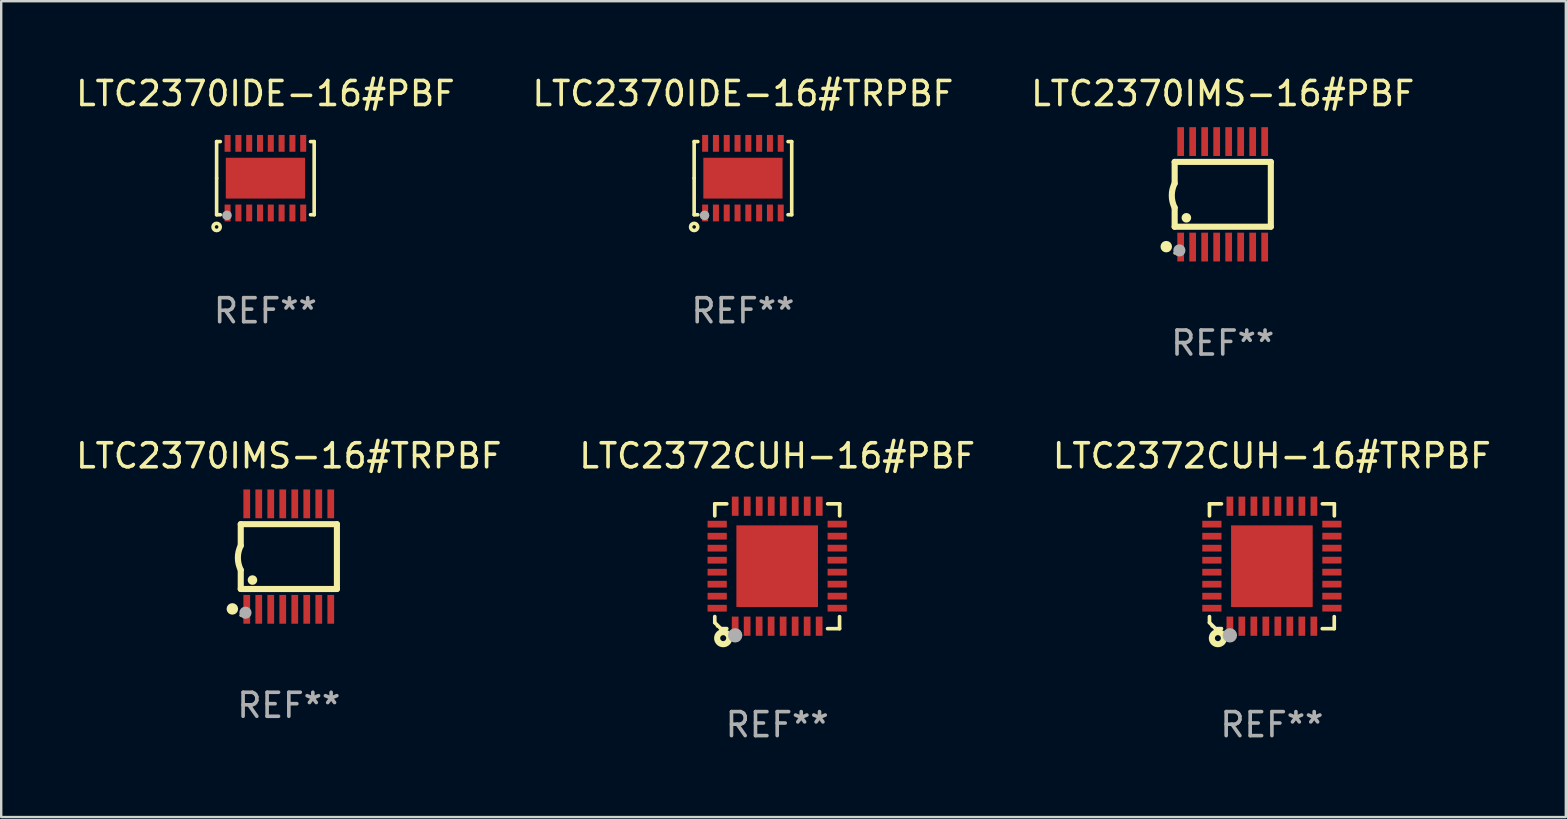
<source format=kicad_pcb>
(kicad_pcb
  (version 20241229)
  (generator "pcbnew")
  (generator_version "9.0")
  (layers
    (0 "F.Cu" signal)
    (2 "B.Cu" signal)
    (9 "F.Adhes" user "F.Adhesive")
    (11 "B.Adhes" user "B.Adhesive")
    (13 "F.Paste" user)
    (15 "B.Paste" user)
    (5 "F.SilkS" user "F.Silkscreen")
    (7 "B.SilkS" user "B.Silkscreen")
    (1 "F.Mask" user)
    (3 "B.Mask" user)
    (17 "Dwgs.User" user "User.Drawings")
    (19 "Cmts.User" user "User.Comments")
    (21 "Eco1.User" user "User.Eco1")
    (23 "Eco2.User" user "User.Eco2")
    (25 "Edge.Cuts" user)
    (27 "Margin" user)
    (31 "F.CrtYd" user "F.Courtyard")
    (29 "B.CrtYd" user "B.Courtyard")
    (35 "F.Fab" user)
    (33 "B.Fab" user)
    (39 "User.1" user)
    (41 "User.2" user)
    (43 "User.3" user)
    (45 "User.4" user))
  (footprint "LTC2370IDE-16#PBF"
    (layer "F.Cu")
    (at 8.006 4.372)
    (property "Reference" "LTC2370IDE-16#PBF" (at 0 -3.524 0) (layer "F.SilkS") (effects (font (size 1 1) (thickness 0.15))))
    (attr through_hole)
    (fp_line (start -2.032 -1.524) (end -1.879 -1.524) (stroke (width 0.15) (type solid)) (layer "F.SilkS"))
    (fp_line (start -2.032 0) (end -2.032 -1.524) (stroke (width 0.15) (type solid)) (layer "F.SilkS"))
    (fp_line (start -2.032 1.524) (end -2.032 0) (stroke (width 0.15) (type solid)) (layer "F.SilkS"))
    (fp_line (start -1.879 1.524) (end -2.032 1.524) (stroke (width 0.15) (type solid)) (layer "F.SilkS"))
    (fp_line (start 1.879 -1.524) (end 2.032 -1.524) (stroke (width 0.15) (type solid)) (layer "F.SilkS"))
    (fp_line (start 2.032 -1.524) (end 2.032 1.524) (stroke (width 0.15) (type solid)) (layer "F.SilkS"))
    (fp_line (start 2.032 1.524) (end 1.879 1.524) (stroke (width 0.15) (type solid)) (layer "F.SilkS"))
    (fp_circle (center -2.032 2.032) (end -1.882 2.032) (stroke (width 0.15) (type solid)) (fill no) (layer "F.SilkS"))
    (fp_circle (center -2 1.5) (end -1.97 1.5) (stroke (width 0.06) (type solid)) (fill no) (layer "F.SilkS"))
    (fp_circle (center -1.6 1.55) (end -1.5 1.55) (stroke (width 0.2) (type solid)) (fill no) (layer "F.Fab"))
    (fp_text user "REF**" (at 0 5.524 0) (layer "F.Fab") (effects (font (size 1 1) (thickness 0.15))))
    (pad "1" smd rect (at -1.575 1.45 90) (size 0.7 0.25) (layers "F.Cu" "F.Mask" "F.Paste"))
    (pad "2" smd rect (at -1.125 1.45 90) (size 0.7 0.25) (layers "F.Cu" "F.Mask" "F.Paste"))
    (pad "3" smd rect (at -0.675 1.45 90) (size 0.7 0.25) (layers "F.Cu" "F.Mask" "F.Paste"))
    (pad "4" smd rect (at -0.225 1.45 90) (size 0.7 0.25) (layers "F.Cu" "F.Mask" "F.Paste"))
    (pad "5" smd rect (at 0.225 1.45 90) (size 0.7 0.25) (layers "F.Cu" "F.Mask" "F.Paste"))
    (pad "6" smd rect (at 0.675 1.45 90) (size 0.7 0.25) (layers "F.Cu" "F.Mask" "F.Paste"))
    (pad "7" smd rect (at 1.125 1.45 90) (size 0.7 0.25) (layers "F.Cu" "F.Mask" "F.Paste"))
    (pad "8" smd rect (at 1.575 1.45 90) (size 0.7 0.25) (layers "F.Cu" "F.Mask" "F.Paste"))
    (pad "9" smd rect (at 1.575 -1.45 90) (size 0.7 0.25) (layers "F.Cu" "F.Mask" "F.Paste"))
    (pad "10" smd rect (at 1.125 -1.45 90) (size 0.7 0.25) (layers "F.Cu" "F.Mask" "F.Paste"))
    (pad "11" smd rect (at 0.675 -1.45 90) (size 0.7 0.25) (layers "F.Cu" "F.Mask" "F.Paste"))
    (pad "12" smd rect (at 0.225 -1.45 90) (size 0.7 0.25) (layers "F.Cu" "F.Mask" "F.Paste"))
    (pad "13" smd rect (at -0.225 -1.45 90) (size 0.7 0.25) (layers "F.Cu" "F.Mask" "F.Paste"))
    (pad "14" smd rect (at -0.675 -1.45 90) (size 0.7 0.25) (layers "F.Cu" "F.Mask" "F.Paste"))
    (pad "15" smd rect (at -1.125 -1.45 90) (size 0.7 0.25) (layers "F.Cu" "F.Mask" "F.Paste"))
    (pad "16" smd rect (at -1.575 -1.45 90) (size 0.7 0.25) (layers "F.Cu" "F.Mask" "F.Paste"))
    (pad "17" smd rect (at 0.000127 0 90) (size 1.7 3.3) (layers "F.Cu" "F.Mask" "F.Paste")))
  (footprint "LTC2370IDE-16#TRPBF"
    (layer "F.Cu")
    (at 27.899 4.372)
    (property "Reference" "LTC2370IDE-16#TRPBF" (at 0 -3.524 0) (layer "F.SilkS") (effects (font (size 1 1) (thickness 0.15))))
    (attr through_hole)
    (fp_line (start -2.032 -1.524) (end -1.879 -1.524) (stroke (width 0.15) (type solid)) (layer "F.SilkS"))
    (fp_line (start -2.032 0) (end -2.032 -1.524) (stroke (width 0.15) (type solid)) (layer "F.SilkS"))
    (fp_line (start -2.032 1.524) (end -2.032 0) (stroke (width 0.15) (type solid)) (layer "F.SilkS"))
    (fp_line (start -1.879 1.524) (end -2.032 1.524) (stroke (width 0.15) (type solid)) (layer "F.SilkS"))
    (fp_line (start 1.879 -1.524) (end 2.032 -1.524) (stroke (width 0.15) (type solid)) (layer "F.SilkS"))
    (fp_line (start 2.032 -1.524) (end 2.032 1.524) (stroke (width 0.15) (type solid)) (layer "F.SilkS"))
    (fp_line (start 2.032 1.524) (end 1.879 1.524) (stroke (width 0.15) (type solid)) (layer "F.SilkS"))
    (fp_circle (center -2.032 2.032) (end -1.882 2.032) (stroke (width 0.15) (type solid)) (fill no) (layer "F.SilkS"))
    (fp_circle (center -2 1.5) (end -1.97 1.5) (stroke (width 0.06) (type solid)) (fill no) (layer "F.SilkS"))
    (fp_circle (center -1.6 1.55) (end -1.5 1.55) (stroke (width 0.2) (type solid)) (fill no) (layer "F.Fab"))
    (fp_text user "REF**" (at 0 5.524 0) (layer "F.Fab") (effects (font (size 1 1) (thickness 0.15))))
    (pad "1" smd rect (at -1.575 1.45 90) (size 0.7 0.25) (layers "F.Cu" "F.Mask" "F.Paste"))
    (pad "2" smd rect (at -1.125 1.45 90) (size 0.7 0.25) (layers "F.Cu" "F.Mask" "F.Paste"))
    (pad "3" smd rect (at -0.675 1.45 90) (size 0.7 0.25) (layers "F.Cu" "F.Mask" "F.Paste"))
    (pad "4" smd rect (at -0.225 1.45 90) (size 0.7 0.25) (layers "F.Cu" "F.Mask" "F.Paste"))
    (pad "5" smd rect (at 0.225 1.45 90) (size 0.7 0.25) (layers "F.Cu" "F.Mask" "F.Paste"))
    (pad "6" smd rect (at 0.675 1.45 90) (size 0.7 0.25) (layers "F.Cu" "F.Mask" "F.Paste"))
    (pad "7" smd rect (at 1.125 1.45 90) (size 0.7 0.25) (layers "F.Cu" "F.Mask" "F.Paste"))
    (pad "8" smd rect (at 1.575 1.45 90) (size 0.7 0.25) (layers "F.Cu" "F.Mask" "F.Paste"))
    (pad "9" smd rect (at 1.575 -1.45 90) (size 0.7 0.25) (layers "F.Cu" "F.Mask" "F.Paste"))
    (pad "10" smd rect (at 1.125 -1.45 90) (size 0.7 0.25) (layers "F.Cu" "F.Mask" "F.Paste"))
    (pad "11" smd rect (at 0.675 -1.45 90) (size 0.7 0.25) (layers "F.Cu" "F.Mask" "F.Paste"))
    (pad "12" smd rect (at 0.225 -1.45 90) (size 0.7 0.25) (layers "F.Cu" "F.Mask" "F.Paste"))
    (pad "13" smd rect (at -0.225 -1.45 90) (size 0.7 0.25) (layers "F.Cu" "F.Mask" "F.Paste"))
    (pad "14" smd rect (at -0.675 -1.45 90) (size 0.7 0.25) (layers "F.Cu" "F.Mask" "F.Paste"))
    (pad "15" smd rect (at -1.125 -1.45 90) (size 0.7 0.25) (layers "F.Cu" "F.Mask" "F.Paste"))
    (pad "16" smd rect (at -1.575 -1.45 90) (size 0.7 0.25) (layers "F.Cu" "F.Mask" "F.Paste"))
    (pad "17" smd rect (at 0.000127 0 90) (size 1.7 3.3) (layers "F.Cu" "F.Mask" "F.Paste")))
  (footprint "LTC2372CUH-16#PBF"
    (layer "F.Cu")
    (at 29.327 20.539)
    (property "Reference" "LTC2372CUH-16#PBF" (at 0 -4.6 0) (layer "F.SilkS") (effects (font (size 1 1) (thickness 0.15))))
    (attr through_hole)
    (fp_line (start -2.601 2.097) (end -2.601 2.347) (stroke (width 0.152) (type solid)) (layer "F.SilkS"))
    (fp_line (start -2.601 2.347) (end -2.351 2.597) (stroke (width 0.152) (type solid)) (layer "F.SilkS"))
    (fp_line (start -2.601 -2.6) (end -2.601 -2.1) (stroke (width 0.152) (type solid)) (layer "F.SilkS"))
    (fp_line (start -2.601 -2.6) (end -2.101 -2.6) (stroke (width 0.152) (type solid)) (layer "F.SilkS"))
    (fp_line (start -2.351 2.597) (end -2.101 2.597) (stroke (width 0.152) (type solid)) (layer "F.SilkS"))
    (fp_line (start 2.597 2.6) (end 2.097 2.6) (stroke (width 0.152) (type solid)) (layer "F.SilkS"))
    (fp_line (start 2.597 2.6) (end 2.597 2.1) (stroke (width 0.152) (type solid)) (layer "F.SilkS"))
    (fp_line (start 2.601 -2.6) (end 2.101 -2.6) (stroke (width 0.152) (type solid)) (layer "F.SilkS"))
    (fp_line (start 2.601 -2.6) (end 2.601 -2.1) (stroke (width 0.152) (type solid)) (layer "F.SilkS"))
    (fp_circle (center -2.501 2.497) (end -2.471 2.497) (stroke (width 0.06) (type solid)) (fill no) (layer "F.SilkS"))
    (fp_circle (center -2.25 2.995) (end -2.125 2.995) (stroke (width 0.254) (type solid)) (fill no) (layer "F.SilkS"))
    (fp_circle (center -1.751 2.878) (end -1.601 2.878) (stroke (width 0.3) (type solid)) (fill no) (layer "F.Fab"))
    (fp_text user "REF**" (at 0 6.6 0) (layer "F.Fab") (effects (font (size 1 1) (thickness 0.15))))
    (pad "1" smd rect (at -1.751 2.497) (size 0.28 0.8) (layers "F.Cu" "F.Mask" "F.Paste"))
    (pad "2" smd rect (at -1.253 2.497) (size 0.28 0.8) (layers "F.Cu" "F.Mask" "F.Paste"))
    (pad "3" smd rect (at -0.753 2.497) (size 0.28 0.8) (layers "F.Cu" "F.Mask" "F.Paste"))
    (pad "4" smd rect (at -0.253 2.497) (size 0.28 0.8) (layers "F.Cu" "F.Mask" "F.Paste"))
    (pad "5" smd rect (at 0.247 2.497) (size 0.28 0.8) (layers "F.Cu" "F.Mask" "F.Paste"))
    (pad "6" smd rect (at 0.747 2.497) (size 0.28 0.8) (layers "F.Cu" "F.Mask" "F.Paste"))
    (pad "7" smd rect (at 1.247 2.497) (size 0.28 0.8) (layers "F.Cu" "F.Mask" "F.Paste"))
    (pad "8" smd rect (at 1.747 2.497) (size 0.28 0.8) (layers "F.Cu" "F.Mask" "F.Paste"))
    (pad "9" smd rect (at 2.499 1.746) (size 0.8 0.28) (layers "F.Cu" "F.Mask" "F.Paste"))
    (pad "10" smd rect (at 2.499 1.245) (size 0.8 0.28) (layers "F.Cu" "F.Mask" "F.Paste"))
    (pad "11" smd rect (at 2.499 0.746) (size 0.8 0.28) (layers "F.Cu" "F.Mask" "F.Paste"))
    (pad "12" smd rect (at 2.499 0.245) (size 0.8 0.28) (layers "F.Cu" "F.Mask" "F.Paste"))
    (pad "13" smd rect (at 2.499 -0.254) (size 0.8 0.28) (layers "F.Cu" "F.Mask" "F.Paste"))
    (pad "14" smd rect (at 2.499 -0.755) (size 0.8 0.28) (layers "F.Cu" "F.Mask" "F.Paste"))
    (pad "15" smd rect (at 2.499 -1.254) (size 0.8 0.28) (layers "F.Cu" "F.Mask" "F.Paste"))
    (pad "16" smd rect (at 2.499 -1.755) (size 0.8 0.28) (layers "F.Cu" "F.Mask" "F.Paste"))
    (pad "17" smd rect (at 1.75 -2.502) (size 0.28 0.8) (layers "F.Cu" "F.Mask" "F.Paste"))
    (pad "18" smd rect (at 1.25 -2.502) (size 0.28 0.8) (layers "F.Cu" "F.Mask" "F.Paste"))
    (pad "19" smd rect (at 0.75 -2.502) (size 0.28 0.8) (layers "F.Cu" "F.Mask" "F.Paste"))
    (pad "20" smd rect (at 0.25 -2.502) (size 0.28 0.8) (layers "F.Cu" "F.Mask" "F.Paste"))
    (pad "21" smd rect (at -0.25 -2.502) (size 0.28 0.8) (layers "F.Cu" "F.Mask" "F.Paste"))
    (pad "22" smd rect (at -0.75 -2.502) (size 0.28 0.8) (layers "F.Cu" "F.Mask" "F.Paste"))
    (pad "23" smd rect (at -1.25 -2.502) (size 0.28 0.8) (layers "F.Cu" "F.Mask" "F.Paste"))
    (pad "24" smd rect (at -1.75 -2.502) (size 0.28 0.8) (layers "F.Cu" "F.Mask" "F.Paste"))
    (pad "25" smd rect (at -2.501 -1.753) (size 0.8 0.28) (layers "F.Cu" "F.Mask" "F.Paste"))
    (pad "26" smd rect (at -2.501 -1.252) (size 0.8 0.28) (layers "F.Cu" "F.Mask" "F.Paste"))
    (pad "27" smd rect (at -2.501 -0.753) (size 0.8 0.28) (layers "F.Cu" "F.Mask" "F.Paste"))
    (pad "28" smd rect (at -2.501 -0.252) (size 0.8 0.28) (layers "F.Cu" "F.Mask" "F.Paste"))
    (pad "29" smd rect (at -2.501 0.247) (size 0.8 0.28) (layers "F.Cu" "F.Mask" "F.Paste"))
    (pad "30" smd rect (at -2.501 0.748) (size 0.8 0.28) (layers "F.Cu" "F.Mask" "F.Paste"))
    (pad "31" smd rect (at -2.501 1.247) (size 0.8 0.28) (layers "F.Cu" "F.Mask" "F.Paste"))
    (pad "32" smd rect (at -2.501 1.748) (size 0.8 0.28) (layers "F.Cu" "F.Mask" "F.Paste"))
    (pad "33" smd rect (at -0.001 -0.003 180) (size 3.4 3.4) (layers "F.Cu" "F.Mask" "F.Paste")))
  (footprint "LTC2372CUH-16#TRPBF"
    (layer "F.Cu")
    (at 49.935 20.539)
    (property "Reference" "LTC2372CUH-16#TRPBF" (at 0 -4.6 0) (layer "F.SilkS") (effects (font (size 1 1) (thickness 0.15))))
    (attr through_hole)
    (fp_line (start -2.601 2.097) (end -2.601 2.347) (stroke (width 0.152) (type solid)) (layer "F.SilkS"))
    (fp_line (start -2.601 2.347) (end -2.351 2.597) (stroke (width 0.152) (type solid)) (layer "F.SilkS"))
    (fp_line (start -2.601 -2.6) (end -2.601 -2.1) (stroke (width 0.152) (type solid)) (layer "F.SilkS"))
    (fp_line (start -2.601 -2.6) (end -2.101 -2.6) (stroke (width 0.152) (type solid)) (layer "F.SilkS"))
    (fp_line (start -2.351 2.597) (end -2.101 2.597) (stroke (width 0.152) (type solid)) (layer "F.SilkS"))
    (fp_line (start 2.597 2.6) (end 2.097 2.6) (stroke (width 0.152) (type solid)) (layer "F.SilkS"))
    (fp_line (start 2.597 2.6) (end 2.597 2.1) (stroke (width 0.152) (type solid)) (layer "F.SilkS"))
    (fp_line (start 2.601 -2.6) (end 2.101 -2.6) (stroke (width 0.152) (type solid)) (layer "F.SilkS"))
    (fp_line (start 2.601 -2.6) (end 2.601 -2.1) (stroke (width 0.152) (type solid)) (layer "F.SilkS"))
    (fp_circle (center -2.501 2.497) (end -2.471 2.497) (stroke (width 0.06) (type solid)) (fill no) (layer "F.SilkS"))
    (fp_circle (center -2.25 2.995) (end -2.125 2.995) (stroke (width 0.254) (type solid)) (fill no) (layer "F.SilkS"))
    (fp_circle (center -1.751 2.878) (end -1.601 2.878) (stroke (width 0.3) (type solid)) (fill no) (layer "F.Fab"))
    (fp_text user "REF**" (at 0 6.6 0) (layer "F.Fab") (effects (font (size 1 1) (thickness 0.15))))
    (pad "1" smd rect (at -1.751 2.497) (size 0.28 0.8) (layers "F.Cu" "F.Mask" "F.Paste"))
    (pad "2" smd rect (at -1.253 2.497) (size 0.28 0.8) (layers "F.Cu" "F.Mask" "F.Paste"))
    (pad "3" smd rect (at -0.753 2.497) (size 0.28 0.8) (layers "F.Cu" "F.Mask" "F.Paste"))
    (pad "4" smd rect (at -0.253 2.497) (size 0.28 0.8) (layers "F.Cu" "F.Mask" "F.Paste"))
    (pad "5" smd rect (at 0.247 2.497) (size 0.28 0.8) (layers "F.Cu" "F.Mask" "F.Paste"))
    (pad "6" smd rect (at 0.747 2.497) (size 0.28 0.8) (layers "F.Cu" "F.Mask" "F.Paste"))
    (pad "7" smd rect (at 1.247 2.497) (size 0.28 0.8) (layers "F.Cu" "F.Mask" "F.Paste"))
    (pad "8" smd rect (at 1.747 2.497) (size 0.28 0.8) (layers "F.Cu" "F.Mask" "F.Paste"))
    (pad "9" smd rect (at 2.499 1.746) (size 0.8 0.28) (layers "F.Cu" "F.Mask" "F.Paste"))
    (pad "10" smd rect (at 2.499 1.245) (size 0.8 0.28) (layers "F.Cu" "F.Mask" "F.Paste"))
    (pad "11" smd rect (at 2.499 0.746) (size 0.8 0.28) (layers "F.Cu" "F.Mask" "F.Paste"))
    (pad "12" smd rect (at 2.499 0.245) (size 0.8 0.28) (layers "F.Cu" "F.Mask" "F.Paste"))
    (pad "13" smd rect (at 2.499 -0.254) (size 0.8 0.28) (layers "F.Cu" "F.Mask" "F.Paste"))
    (pad "14" smd rect (at 2.499 -0.755) (size 0.8 0.28) (layers "F.Cu" "F.Mask" "F.Paste"))
    (pad "15" smd rect (at 2.499 -1.254) (size 0.8 0.28) (layers "F.Cu" "F.Mask" "F.Paste"))
    (pad "16" smd rect (at 2.499 -1.755) (size 0.8 0.28) (layers "F.Cu" "F.Mask" "F.Paste"))
    (pad "17" smd rect (at 1.75 -2.502) (size 0.28 0.8) (layers "F.Cu" "F.Mask" "F.Paste"))
    (pad "18" smd rect (at 1.25 -2.502) (size 0.28 0.8) (layers "F.Cu" "F.Mask" "F.Paste"))
    (pad "19" smd rect (at 0.75 -2.502) (size 0.28 0.8) (layers "F.Cu" "F.Mask" "F.Paste"))
    (pad "20" smd rect (at 0.25 -2.502) (size 0.28 0.8) (layers "F.Cu" "F.Mask" "F.Paste"))
    (pad "21" smd rect (at -0.25 -2.502) (size 0.28 0.8) (layers "F.Cu" "F.Mask" "F.Paste"))
    (pad "22" smd rect (at -0.75 -2.502) (size 0.28 0.8) (layers "F.Cu" "F.Mask" "F.Paste"))
    (pad "23" smd rect (at -1.25 -2.502) (size 0.28 0.8) (layers "F.Cu" "F.Mask" "F.Paste"))
    (pad "24" smd rect (at -1.75 -2.502) (size 0.28 0.8) (layers "F.Cu" "F.Mask" "F.Paste"))
    (pad "25" smd rect (at -2.501 -1.753) (size 0.8 0.28) (layers "F.Cu" "F.Mask" "F.Paste"))
    (pad "26" smd rect (at -2.501 -1.252) (size 0.8 0.28) (layers "F.Cu" "F.Mask" "F.Paste"))
    (pad "27" smd rect (at -2.501 -0.753) (size 0.8 0.28) (layers "F.Cu" "F.Mask" "F.Paste"))
    (pad "28" smd rect (at -2.501 -0.252) (size 0.8 0.28) (layers "F.Cu" "F.Mask" "F.Paste"))
    (pad "29" smd rect (at -2.501 0.247) (size 0.8 0.28) (layers "F.Cu" "F.Mask" "F.Paste"))
    (pad "30" smd rect (at -2.501 0.748) (size 0.8 0.28) (layers "F.Cu" "F.Mask" "F.Paste"))
    (pad "31" smd rect (at -2.501 1.247) (size 0.8 0.28) (layers "F.Cu" "F.Mask" "F.Paste"))
    (pad "32" smd rect (at -2.501 1.748) (size 0.8 0.28) (layers "F.Cu" "F.Mask" "F.Paste"))
    (pad "33" smd rect (at -0.001 -0.003 180) (size 3.4 3.4) (layers "F.Cu" "F.Mask" "F.Paste")))
  (footprint "LTC2370IMS-16#PBF"
    (layer "F.Cu")
    (at 47.887 5.045)
    (property "Reference" "LTC2370IMS-16#PBF" (at 0 -4.197 0) (layer "F.SilkS") (effects (font (size 1 1) (thickness 0.15))))
    (attr through_hole)
    (fp_line (start -2.003 -1.35) (end -2.003 -0.457) (stroke (width 0.254) (type solid)) (layer "F.SilkS"))
    (fp_line (start -2.003 -1.35) (end 2.003 -1.35) (stroke (width 0.254) (type solid)) (layer "F.SilkS"))
    (fp_line (start -2.003 1.35) (end -2.003 0.559) (stroke (width 0.254) (type solid)) (layer "F.SilkS"))
    (fp_line (start -2.003 1.35) (end 2.003 1.35) (stroke (width 0.254) (type solid)) (layer "F.SilkS"))
    (fp_line (start 2.003 -1.35) (end 2.003 1.35) (stroke (width 0.254) (type solid)) (layer "F.SilkS"))
    (fp_arc (start -2.002286 0.558802) (mid -2.122556 0.05092) (end -2.003302 -0.457201) (stroke (width 0.254001) (type solid)) (layer "F.SilkS"))
    (fp_circle (center -2.353 2.18) (end -2.233 2.18) (stroke (width 0.24) (type solid)) (fill no) (layer "F.SilkS"))
    (fp_circle (center -2.003 2.45) (end -1.973 2.45) (stroke (width 0.06) (type solid)) (fill no) (layer "F.SilkS"))
    (fp_circle (center -1.515 0.978) (end -1.415 0.978) (stroke (width 0.2) (type solid)) (fill no) (layer "F.SilkS"))
    (fp_circle (center -1.807 2.337) (end -1.68 2.337) (stroke (width 0.254) (type solid)) (fill no) (layer "F.Fab"))
    (fp_text user "REF**" (at 0 6.197 0) (layer "F.Fab") (effects (font (size 1 1) (thickness 0.15))))
    (pad "1" smd rect (at -1.753 2.197 90) (size 1.2 0.28) (layers "F.Cu" "F.Mask" "F.Paste"))
    (pad "2" smd rect (at -1.253 2.197 90) (size 1.2 0.28) (layers "F.Cu" "F.Mask" "F.Paste"))
    (pad "3" smd rect (at -0.753 2.197 90) (size 1.2 0.28) (layers "F.Cu" "F.Mask" "F.Paste"))
    (pad "4" smd rect (at -0.253 2.197 90) (size 1.2 0.28) (layers "F.Cu" "F.Mask" "F.Paste"))
    (pad "5" smd rect (at 0.247 2.197 90) (size 1.2 0.28) (layers "F.Cu" "F.Mask" "F.Paste"))
    (pad "6" smd rect (at 0.747 2.197 90) (size 1.2 0.28) (layers "F.Cu" "F.Mask" "F.Paste"))
    (pad "7" smd rect (at 1.247 2.197 90) (size 1.2 0.28) (layers "F.Cu" "F.Mask" "F.Paste"))
    (pad "8" smd rect (at 1.747 2.197 90) (size 1.2 0.28) (layers "F.Cu" "F.Mask" "F.Paste"))
    (pad "9" smd rect (at 1.747 -2.197 90) (size 1.2 0.28) (layers "F.Cu" "F.Mask" "F.Paste"))
    (pad "10" smd rect (at 1.247 -2.197 90) (size 1.2 0.28) (layers "F.Cu" "F.Mask" "F.Paste"))
    (pad "11" smd rect (at 0.747 -2.197 90) (size 1.2 0.28) (layers "F.Cu" "F.Mask" "F.Paste"))
    (pad "12" smd rect (at 0.247 -2.197 90) (size 1.2 0.28) (layers "F.Cu" "F.Mask" "F.Paste"))
    (pad "13" smd rect (at -0.253 -2.197 90) (size 1.2 0.28) (layers "F.Cu" "F.Mask" "F.Paste"))
    (pad "14" smd rect (at -0.753 -2.197 90) (size 1.2 0.28) (layers "F.Cu" "F.Mask" "F.Paste"))
    (pad "15" smd rect (at -1.253 -2.197 90) (size 1.2 0.28) (layers "F.Cu" "F.Mask" "F.Paste"))
    (pad "16" smd rect (at -1.753 -2.197 90) (size 1.2 0.28) (layers "F.Cu" "F.Mask" "F.Paste")))
  (footprint "LTC2370IMS-16#TRPBF"
    (layer "F.Cu")
    (at 8.982 20.136)
    (property "Reference" "LTC2370IMS-16#TRPBF" (at 0 -4.197 0) (layer "F.SilkS") (effects (font (size 1 1) (thickness 0.15))))
    (attr through_hole)
    (fp_line (start -2.003 -1.35) (end -2.003 -0.457) (stroke (width 0.254) (type solid)) (layer "F.SilkS"))
    (fp_line (start -2.003 -1.35) (end 2.003 -1.35) (stroke (width 0.254) (type solid)) (layer "F.SilkS"))
    (fp_line (start -2.003 1.35) (end -2.003 0.559) (stroke (width 0.254) (type solid)) (layer "F.SilkS"))
    (fp_line (start -2.003 1.35) (end 2.003 1.35) (stroke (width 0.254) (type solid)) (layer "F.SilkS"))
    (fp_line (start 2.003 -1.35) (end 2.003 1.35) (stroke (width 0.254) (type solid)) (layer "F.SilkS"))
    (fp_arc (start -2.002286 0.558802) (mid -2.122556 0.05092) (end -2.003302 -0.457201) (stroke (width 0.254001) (type solid)) (layer "F.SilkS"))
    (fp_circle (center -2.353 2.18) (end -2.233 2.18) (stroke (width 0.24) (type solid)) (fill no) (layer "F.SilkS"))
    (fp_circle (center -2.003 2.45) (end -1.973 2.45) (stroke (width 0.06) (type solid)) (fill no) (layer "F.SilkS"))
    (fp_circle (center -1.515 0.978) (end -1.415 0.978) (stroke (width 0.2) (type solid)) (fill no) (layer "F.SilkS"))
    (fp_circle (center -1.807 2.337) (end -1.68 2.337) (stroke (width 0.254) (type solid)) (fill no) (layer "F.Fab"))
    (fp_text user "REF**" (at 0 6.197 0) (layer "F.Fab") (effects (font (size 1 1) (thickness 0.15))))
    (pad "1" smd rect (at -1.753 2.197 90) (size 1.2 0.28) (layers "F.Cu" "F.Mask" "F.Paste"))
    (pad "2" smd rect (at -1.253 2.197 90) (size 1.2 0.28) (layers "F.Cu" "F.Mask" "F.Paste"))
    (pad "3" smd rect (at -0.753 2.197 90) (size 1.2 0.28) (layers "F.Cu" "F.Mask" "F.Paste"))
    (pad "4" smd rect (at -0.253 2.197 90) (size 1.2 0.28) (layers "F.Cu" "F.Mask" "F.Paste"))
    (pad "5" smd rect (at 0.247 2.197 90) (size 1.2 0.28) (layers "F.Cu" "F.Mask" "F.Paste"))
    (pad "6" smd rect (at 0.747 2.197 90) (size 1.2 0.28) (layers "F.Cu" "F.Mask" "F.Paste"))
    (pad "7" smd rect (at 1.247 2.197 90) (size 1.2 0.28) (layers "F.Cu" "F.Mask" "F.Paste"))
    (pad "8" smd rect (at 1.747 2.197 90) (size 1.2 0.28) (layers "F.Cu" "F.Mask" "F.Paste"))
    (pad "9" smd rect (at 1.747 -2.197 90) (size 1.2 0.28) (layers "F.Cu" "F.Mask" "F.Paste"))
    (pad "10" smd rect (at 1.247 -2.197 90) (size 1.2 0.28) (layers "F.Cu" "F.Mask" "F.Paste"))
    (pad "11" smd rect (at 0.747 -2.197 90) (size 1.2 0.28) (layers "F.Cu" "F.Mask" "F.Paste"))
    (pad "12" smd rect (at 0.247 -2.197 90) (size 1.2 0.28) (layers "F.Cu" "F.Mask" "F.Paste"))
    (pad "13" smd rect (at -0.253 -2.197 90) (size 1.2 0.28) (layers "F.Cu" "F.Mask" "F.Paste"))
    (pad "14" smd rect (at -0.753 -2.197 90) (size 1.2 0.28) (layers "F.Cu" "F.Mask" "F.Paste"))
    (pad "15" smd rect (at -1.253 -2.197 90) (size 1.2 0.28) (layers "F.Cu" "F.Mask" "F.Paste"))
    (pad "16" smd rect (at -1.753 -2.197 90) (size 1.2 0.28) (layers "F.Cu" "F.Mask" "F.Paste")))
  (gr_rect
    (start -3 -3)
    (end 62.179 30.987)
    (stroke (width 0.1) (type default))
    (fill no)
    (layer "Edge.Cuts")))
</source>
